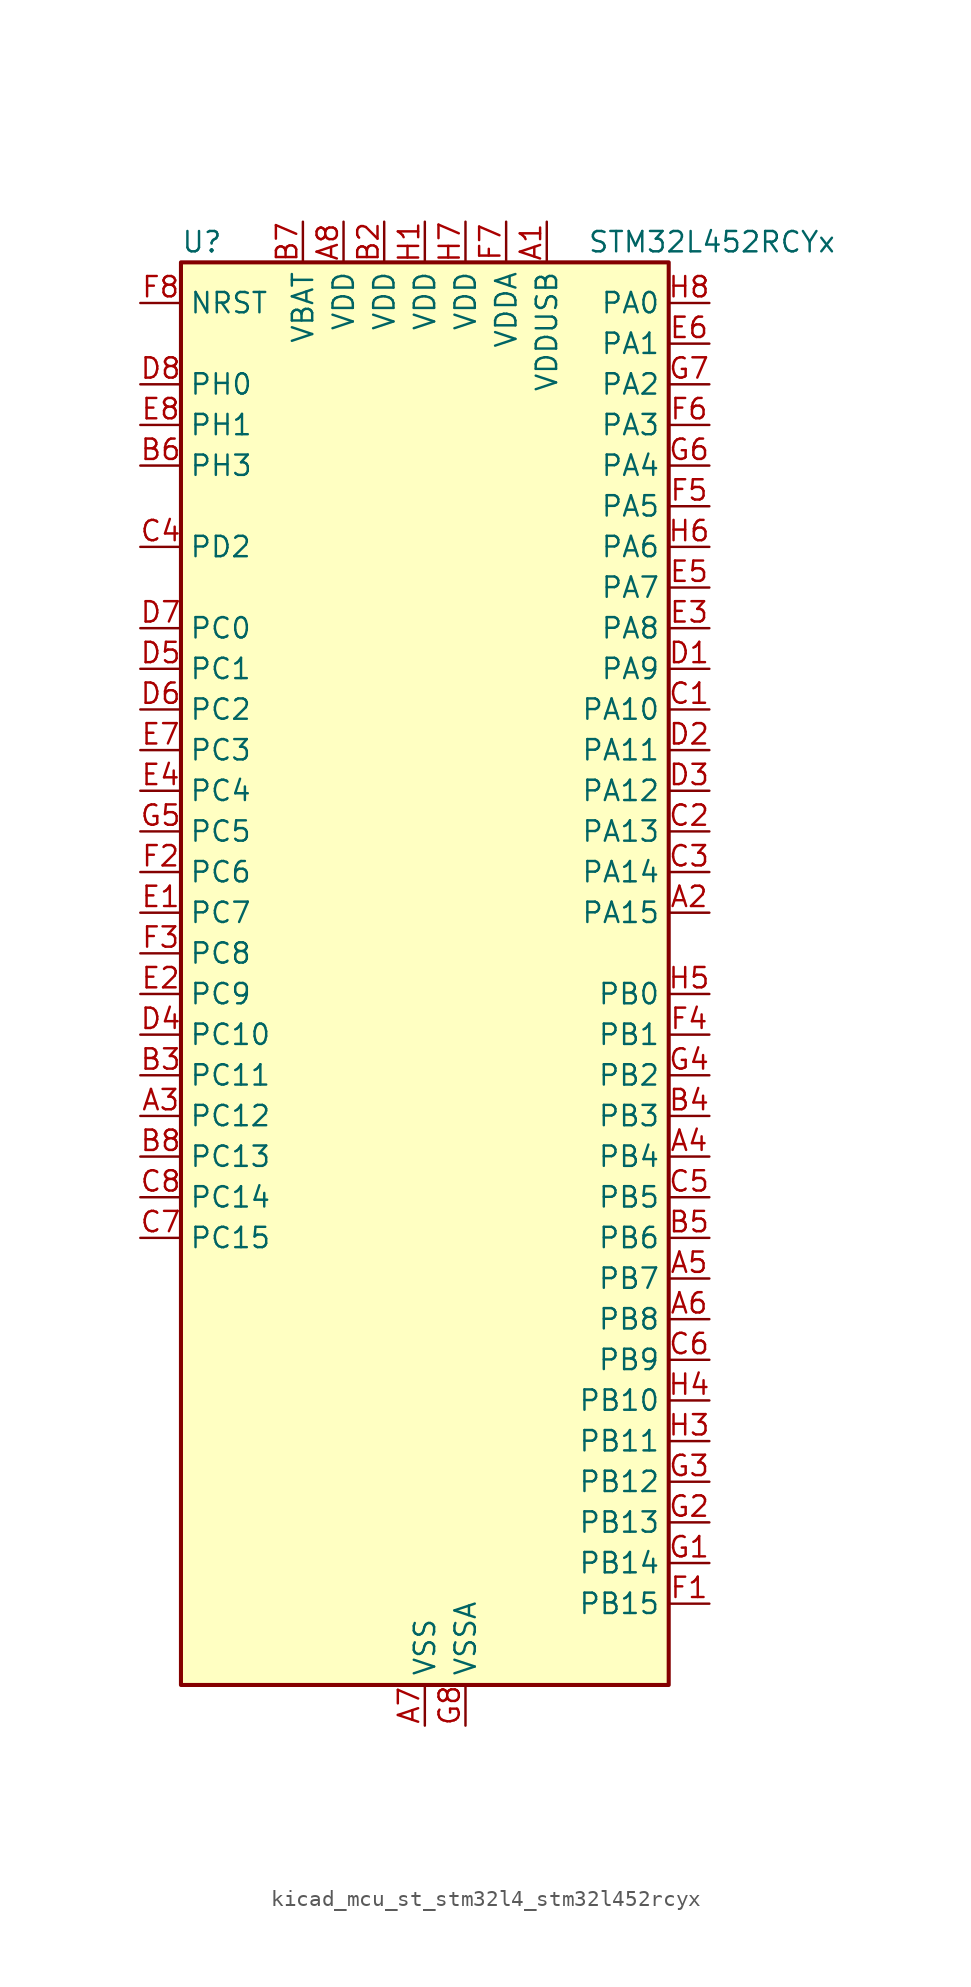
<source format=kicad_sym>
(kicad_symbol_lib
  (version 20220914)
  (generator kicad_symbol_editor)
  (symbol "kicad_mcu_st_stm32l4_stm32l452rcyx"
    (property "Reference" "U"
      (at -15.24 46.99 0)
      (effects (font (size 1.27 1.27)) (justify left)))
    (property "Value" "STM32L452RCYx"
      (at 10.16 46.99 0)
      (effects (font (size 1.27 1.27)) (justify left)))
    (property "ki_locked" ""
      (at 0 0 0)
      (effects (font (size 1.27 1.27))))
    (symbol "kicad_mcu_st_stm32l4_stm32l452rcyx_0_1"
      (rectangle (start -15.24 -43.18) (end 15.24 45.72) (stroke (width 0.254) (type default)) (fill (type background))))
    (symbol "kicad_mcu_st_stm32l4_stm32l452rcyx_1_1"
      (pin power_in line (at 7.62 48.26 270) (length 2.54) (name "VDDUSB" (effects (font (size 1.27 1.27)))) (number "A1" (effects (font (size 1.27 1.27)))))
      (pin bidirectional line (at 17.78 5.08 180) (length 2.54) (name "PA15" (effects (font (size 1.27 1.27)))) (number "A2" (effects (font (size 1.27 1.27)))) (alternate "ADC1_EXTI15" bidirectional line) (alternate "SPI1_NSS" bidirectional line) (alternate "SPI3_NSS" bidirectional line) (alternate "SYS_JTDI" bidirectional line) (alternate "TIM2_CH1" bidirectional line) (alternate "TIM2_ETR" bidirectional line) (alternate "TSC_G3_IO1" bidirectional line) (alternate "UART4_DE" bidirectional line) (alternate "UART4_RTS" bidirectional line) (alternate "USART2_RX" bidirectional line) (alternate "USART3_DE" bidirectional line) (alternate "USART3_RTS" bidirectional line))
      (pin bidirectional line (at -17.78 -7.62 0) (length 2.54) (name "PC12" (effects (font (size 1.27 1.27)))) (number "A3" (effects (font (size 1.27 1.27)))) (alternate "SDMMC1_CK" bidirectional line) (alternate "SPI3_MOSI" bidirectional line) (alternate "SYS_TRACED3" bidirectional line) (alternate "TSC_G3_IO4" bidirectional line) (alternate "USART3_CK" bidirectional line))
      (pin bidirectional line (at 17.78 -10.16 180) (length 2.54) (name "PB4" (effects (font (size 1.27 1.27)))) (number "A4" (effects (font (size 1.27 1.27)))) (alternate "COMP2_INP" bidirectional line) (alternate "I2C3_SDA" bidirectional line) (alternate "SAI1_MCLK_B" bidirectional line) (alternate "SPI1_MISO" bidirectional line) (alternate "SPI3_MISO" bidirectional line) (alternate "SYS_JTRST" bidirectional line) (alternate "TIM3_CH1" bidirectional line) (alternate "TSC_G2_IO1" bidirectional line) (alternate "USART1_CTS" bidirectional line))
      (pin bidirectional line (at 17.78 -17.78 180) (length 2.54) (name "PB7" (effects (font (size 1.27 1.27)))) (number "A5" (effects (font (size 1.27 1.27)))) (alternate "COMP2_INM" bidirectional line) (alternate "I2C1_SDA" bidirectional line) (alternate "I2C4_SDA" bidirectional line) (alternate "LPTIM1_IN2" bidirectional line) (alternate "SYS_PVD_IN" bidirectional line) (alternate "TSC_G2_IO4" bidirectional line) (alternate "UART4_CTS" bidirectional line) (alternate "USART1_RX" bidirectional line))
      (pin bidirectional line (at 17.78 -20.32 180) (length 2.54) (name "PB8" (effects (font (size 1.27 1.27)))) (number "A6" (effects (font (size 1.27 1.27)))) (alternate "CAN1_RX" bidirectional line) (alternate "I2C1_SCL" bidirectional line) (alternate "SAI1_MCLK_A" bidirectional line) (alternate "SDMMC1_D4" bidirectional line) (alternate "TIM16_CH1" bidirectional line))
      (pin power_in line (at 0 -45.72 90) (length 2.54) (name "VSS" (effects (font (size 1.27 1.27)))) (number "A7" (effects (font (size 1.27 1.27)))))
      (pin power_in line (at -5.08 48.26 270) (length 2.54) (name "VDD" (effects (font (size 1.27 1.27)))) (number "A8" (effects (font (size 1.27 1.27)))))
      (pin passive line (at 0 -45.72 90) (length 2.54) hide (name "VSS" (effects (font (size 1.27 1.27)))) (number "B1" (effects (font (size 1.27 1.27)))))
      (pin power_in line (at -2.54 48.26 270) (length 2.54) (name "VDD" (effects (font (size 1.27 1.27)))) (number "B2" (effects (font (size 1.27 1.27)))))
      (pin bidirectional line (at -17.78 -5.08 0) (length 2.54) (name "PC11" (effects (font (size 1.27 1.27)))) (number "B3" (effects (font (size 1.27 1.27)))) (alternate "ADC1_EXTI11" bidirectional line) (alternate "SDMMC1_D3" bidirectional line) (alternate "SPI3_MISO" bidirectional line) (alternate "TSC_G3_IO3" bidirectional line) (alternate "UART4_RX" bidirectional line) (alternate "USART3_RX" bidirectional line))
      (pin bidirectional line (at 17.78 -7.62 180) (length 2.54) (name "PB3" (effects (font (size 1.27 1.27)))) (number "B4" (effects (font (size 1.27 1.27)))) (alternate "COMP2_INM" bidirectional line) (alternate "SAI1_SCK_B" bidirectional line) (alternate "SPI1_SCK" bidirectional line) (alternate "SPI3_SCK" bidirectional line) (alternate "SYS_JTDO-SWO" bidirectional line) (alternate "TIM2_CH2" bidirectional line) (alternate "USART1_DE" bidirectional line) (alternate "USART1_RTS" bidirectional line))
      (pin bidirectional line (at 17.78 -15.24 180) (length 2.54) (name "PB6" (effects (font (size 1.27 1.27)))) (number "B5" (effects (font (size 1.27 1.27)))) (alternate "CAN1_TX" bidirectional line) (alternate "COMP2_INP" bidirectional line) (alternate "I2C1_SCL" bidirectional line) (alternate "I2C4_SCL" bidirectional line) (alternate "LPTIM1_ETR" bidirectional line) (alternate "SAI1_FS_B" bidirectional line) (alternate "TIM16_CH1N" bidirectional line) (alternate "TSC_G2_IO3" bidirectional line) (alternate "USART1_TX" bidirectional line))
      (pin bidirectional line (at -17.78 33.02 0) (length 2.54) (name "PH3" (effects (font (size 1.27 1.27)))) (number "B6" (effects (font (size 1.27 1.27)))))
      (pin power_in line (at -7.62 48.26 270) (length 2.54) (name "VBAT" (effects (font (size 1.27 1.27)))) (number "B7" (effects (font (size 1.27 1.27)))))
      (pin bidirectional line (at -17.78 -10.16 0) (length 2.54) (name "PC13" (effects (font (size 1.27 1.27)))) (number "B8" (effects (font (size 1.27 1.27)))) (alternate "RTC_OUT_ALARM" bidirectional line) (alternate "RTC_OUT_CALIB" bidirectional line) (alternate "RTC_TAMP1" bidirectional line) (alternate "RTC_TS" bidirectional line) (alternate "SYS_WKUP2" bidirectional line))
      (pin bidirectional line (at 17.78 17.78 180) (length 2.54) (name "PA10" (effects (font (size 1.27 1.27)))) (number "C1" (effects (font (size 1.27 1.27)))) (alternate "CRS_SYNC" bidirectional line) (alternate "I2C1_SDA" bidirectional line) (alternate "SAI1_SD_A" bidirectional line) (alternate "TIM1_CH3" bidirectional line) (alternate "USART1_RX" bidirectional line))
      (pin bidirectional line (at 17.78 10.16 180) (length 2.54) (name "PA13" (effects (font (size 1.27 1.27)))) (number "C2" (effects (font (size 1.27 1.27)))) (alternate "IR_OUT" bidirectional line) (alternate "SAI1_SD_B" bidirectional line) (alternate "SYS_JTMS-SWDIO" bidirectional line) (alternate "USB_NOE" bidirectional line))
      (pin bidirectional line (at 17.78 7.62 180) (length 2.54) (name "PA14" (effects (font (size 1.27 1.27)))) (number "C3" (effects (font (size 1.27 1.27)))) (alternate "I2C1_SMBA" bidirectional line) (alternate "I2C4_SMBA" bidirectional line) (alternate "LPTIM1_OUT" bidirectional line) (alternate "SAI1_FS_B" bidirectional line) (alternate "SYS_JTCK-SWCLK" bidirectional line))
      (pin bidirectional line (at -17.78 27.94 0) (length 2.54) (name "PD2" (effects (font (size 1.27 1.27)))) (number "C4" (effects (font (size 1.27 1.27)))) (alternate "SDMMC1_CMD" bidirectional line) (alternate "SYS_TRACED2" bidirectional line) (alternate "TIM3_ETR" bidirectional line) (alternate "TSC_SYNC" bidirectional line) (alternate "USART3_DE" bidirectional line) (alternate "USART3_RTS" bidirectional line))
      (pin bidirectional line (at 17.78 -12.7 180) (length 2.54) (name "PB5" (effects (font (size 1.27 1.27)))) (number "C5" (effects (font (size 1.27 1.27)))) (alternate "CAN1_RX" bidirectional line) (alternate "COMP2_OUT" bidirectional line) (alternate "I2C1_SMBA" bidirectional line) (alternate "LPTIM1_IN1" bidirectional line) (alternate "SAI1_SD_B" bidirectional line) (alternate "SPI1_MOSI" bidirectional line) (alternate "SPI3_MOSI" bidirectional line) (alternate "TIM16_BKIN" bidirectional line) (alternate "TIM3_CH2" bidirectional line) (alternate "TSC_G2_IO2" bidirectional line) (alternate "USART1_CK" bidirectional line))
      (pin bidirectional line (at 17.78 -22.86 180) (length 2.54) (name "PB9" (effects (font (size 1.27 1.27)))) (number "C6" (effects (font (size 1.27 1.27)))) (alternate "CAN1_TX" bidirectional line) (alternate "DAC1_EXTI9" bidirectional line) (alternate "I2C1_SDA" bidirectional line) (alternate "IR_OUT" bidirectional line) (alternate "SAI1_FS_A" bidirectional line) (alternate "SDMMC1_D5" bidirectional line) (alternate "SPI2_NSS" bidirectional line))
      (pin bidirectional line (at -17.78 -15.24 0) (length 2.54) (name "PC15" (effects (font (size 1.27 1.27)))) (number "C7" (effects (font (size 1.27 1.27)))) (alternate "ADC1_EXTI15" bidirectional line) (alternate "RCC_OSC32_OUT" bidirectional line))
      (pin bidirectional line (at -17.78 -12.7 0) (length 2.54) (name "PC14" (effects (font (size 1.27 1.27)))) (number "C8" (effects (font (size 1.27 1.27)))) (alternate "RCC_OSC32_IN" bidirectional line))
      (pin bidirectional line (at 17.78 20.32 180) (length 2.54) (name "PA9" (effects (font (size 1.27 1.27)))) (number "D1" (effects (font (size 1.27 1.27)))) (alternate "DAC1_EXTI9" bidirectional line) (alternate "DFSDM1_DATIN1" bidirectional line) (alternate "I2C1_SCL" bidirectional line) (alternate "SAI1_FS_A" bidirectional line) (alternate "TIM15_BKIN" bidirectional line) (alternate "TIM1_CH2" bidirectional line) (alternate "USART1_TX" bidirectional line))
      (pin bidirectional line (at 17.78 15.24 180) (length 2.54) (name "PA11" (effects (font (size 1.27 1.27)))) (number "D2" (effects (font (size 1.27 1.27)))) (alternate "ADC1_EXTI11" bidirectional line) (alternate "CAN1_RX" bidirectional line) (alternate "COMP1_OUT" bidirectional line) (alternate "SPI1_MISO" bidirectional line) (alternate "TIM1_BKIN2" bidirectional line) (alternate "TIM1_BKIN2_COMP1" bidirectional line) (alternate "TIM1_CH4" bidirectional line) (alternate "USART1_CTS" bidirectional line) (alternate "USB_DM" bidirectional line))
      (pin bidirectional line (at 17.78 12.7 180) (length 2.54) (name "PA12" (effects (font (size 1.27 1.27)))) (number "D3" (effects (font (size 1.27 1.27)))) (alternate "CAN1_TX" bidirectional line) (alternate "SPI1_MOSI" bidirectional line) (alternate "TIM1_ETR" bidirectional line) (alternate "USART1_DE" bidirectional line) (alternate "USART1_RTS" bidirectional line) (alternate "USB_DP" bidirectional line))
      (pin bidirectional line (at -17.78 -2.54 0) (length 2.54) (name "PC10" (effects (font (size 1.27 1.27)))) (number "D4" (effects (font (size 1.27 1.27)))) (alternate "SDMMC1_D2" bidirectional line) (alternate "SPI3_SCK" bidirectional line) (alternate "SYS_TRACED1" bidirectional line) (alternate "TSC_G3_IO2" bidirectional line) (alternate "UART4_TX" bidirectional line) (alternate "USART3_TX" bidirectional line))
      (pin bidirectional line (at -17.78 20.32 0) (length 2.54) (name "PC1" (effects (font (size 1.27 1.27)))) (number "D5" (effects (font (size 1.27 1.27)))) (alternate "ADC1_IN2" bidirectional line) (alternate "I2C3_SDA" bidirectional line) (alternate "I2C4_SDA" bidirectional line) (alternate "LPTIM1_OUT" bidirectional line) (alternate "LPUART1_TX" bidirectional line) (alternate "SYS_TRACED0" bidirectional line))
      (pin bidirectional line (at -17.78 17.78 0) (length 2.54) (name "PC2" (effects (font (size 1.27 1.27)))) (number "D6" (effects (font (size 1.27 1.27)))) (alternate "ADC1_IN3" bidirectional line) (alternate "DFSDM1_CKOUT" bidirectional line) (alternate "LPTIM1_IN2" bidirectional line) (alternate "SPI2_MISO" bidirectional line))
      (pin bidirectional line (at -17.78 22.86 0) (length 2.54) (name "PC0" (effects (font (size 1.27 1.27)))) (number "D7" (effects (font (size 1.27 1.27)))) (alternate "ADC1_IN1" bidirectional line) (alternate "I2C3_SCL" bidirectional line) (alternate "I2C4_SCL" bidirectional line) (alternate "LPTIM1_IN1" bidirectional line) (alternate "LPTIM2_IN1" bidirectional line) (alternate "LPUART1_RX" bidirectional line))
      (pin bidirectional line (at -17.78 38.1 0) (length 2.54) (name "PH0" (effects (font (size 1.27 1.27)))) (number "D8" (effects (font (size 1.27 1.27)))) (alternate "RCC_OSC_IN" bidirectional line))
      (pin bidirectional line (at -17.78 5.08 0) (length 2.54) (name "PC7" (effects (font (size 1.27 1.27)))) (number "E1" (effects (font (size 1.27 1.27)))) (alternate "DFSDM1_DATIN3" bidirectional line) (alternate "SDMMC1_D7" bidirectional line) (alternate "TIM3_CH2" bidirectional line) (alternate "TSC_G4_IO2" bidirectional line))
      (pin bidirectional line (at -17.78 0 0) (length 2.54) (name "PC9" (effects (font (size 1.27 1.27)))) (number "E2" (effects (font (size 1.27 1.27)))) (alternate "DAC1_EXTI9" bidirectional line) (alternate "SDMMC1_D1" bidirectional line) (alternate "TIM3_CH4" bidirectional line) (alternate "TSC_G4_IO4" bidirectional line) (alternate "USB_NOE" bidirectional line))
      (pin bidirectional line (at 17.78 22.86 180) (length 2.54) (name "PA8" (effects (font (size 1.27 1.27)))) (number "E3" (effects (font (size 1.27 1.27)))) (alternate "DFSDM1_CKIN1" bidirectional line) (alternate "LPTIM2_OUT" bidirectional line) (alternate "RCC_MCO" bidirectional line) (alternate "SAI1_SCK_A" bidirectional line) (alternate "TIM1_CH1" bidirectional line) (alternate "USART1_CK" bidirectional line))
      (pin bidirectional line (at -17.78 12.7 0) (length 2.54) (name "PC4" (effects (font (size 1.27 1.27)))) (number "E4" (effects (font (size 1.27 1.27)))) (alternate "ADC1_IN13" bidirectional line) (alternate "COMP1_INM" bidirectional line) (alternate "USART3_TX" bidirectional line))
      (pin bidirectional line (at 17.78 25.4 180) (length 2.54) (name "PA7" (effects (font (size 1.27 1.27)))) (number "E5" (effects (font (size 1.27 1.27)))) (alternate "ADC1_IN12" bidirectional line) (alternate "COMP2_OUT" bidirectional line) (alternate "DFSDM1_DATIN0" bidirectional line) (alternate "I2C3_SCL" bidirectional line) (alternate "QUADSPI_BK1_IO2" bidirectional line) (alternate "SPI1_MOSI" bidirectional line) (alternate "TIM1_CH1N" bidirectional line) (alternate "TIM3_CH2" bidirectional line))
      (pin bidirectional line (at 17.78 40.64 180) (length 2.54) (name "PA1" (effects (font (size 1.27 1.27)))) (number "E6" (effects (font (size 1.27 1.27)))) (alternate "ADC1_IN6" bidirectional line) (alternate "COMP1_INP" bidirectional line) (alternate "I2C1_SMBA" bidirectional line) (alternate "OPAMP1_VINM" bidirectional line) (alternate "SPI1_SCK" bidirectional line) (alternate "TIM15_CH1N" bidirectional line) (alternate "TIM2_CH2" bidirectional line) (alternate "UART4_RX" bidirectional line) (alternate "USART2_DE" bidirectional line) (alternate "USART2_RTS" bidirectional line))
      (pin bidirectional line (at -17.78 15.24 0) (length 2.54) (name "PC3" (effects (font (size 1.27 1.27)))) (number "E7" (effects (font (size 1.27 1.27)))) (alternate "ADC1_IN4" bidirectional line) (alternate "LPTIM1_ETR" bidirectional line) (alternate "LPTIM2_ETR" bidirectional line) (alternate "SAI1_SD_A" bidirectional line) (alternate "SPI2_MOSI" bidirectional line))
      (pin bidirectional line (at -17.78 35.56 0) (length 2.54) (name "PH1" (effects (font (size 1.27 1.27)))) (number "E8" (effects (font (size 1.27 1.27)))) (alternate "RCC_OSC_OUT" bidirectional line))
      (pin bidirectional line (at 17.78 -38.1 180) (length 2.54) (name "PB15" (effects (font (size 1.27 1.27)))) (number "F1" (effects (font (size 1.27 1.27)))) (alternate "ADC1_EXTI15" bidirectional line) (alternate "DFSDM1_CKIN2" bidirectional line) (alternate "RTC_REFIN" bidirectional line) (alternate "SAI1_SD_A" bidirectional line) (alternate "SPI2_MOSI" bidirectional line) (alternate "TIM15_CH2" bidirectional line) (alternate "TIM1_CH3N" bidirectional line) (alternate "TSC_G1_IO4" bidirectional line))
      (pin bidirectional line (at -17.78 7.62 0) (length 2.54) (name "PC6" (effects (font (size 1.27 1.27)))) (number "F2" (effects (font (size 1.27 1.27)))) (alternate "DFSDM1_CKIN3" bidirectional line) (alternate "SDMMC1_D6" bidirectional line) (alternate "TIM3_CH1" bidirectional line) (alternate "TSC_G4_IO1" bidirectional line))
      (pin bidirectional line (at -17.78 2.54 0) (length 2.54) (name "PC8" (effects (font (size 1.27 1.27)))) (number "F3" (effects (font (size 1.27 1.27)))) (alternate "SDMMC1_D0" bidirectional line) (alternate "TIM3_CH3" bidirectional line) (alternate "TSC_G4_IO3" bidirectional line))
      (pin bidirectional line (at 17.78 -2.54 180) (length 2.54) (name "PB1" (effects (font (size 1.27 1.27)))) (number "F4" (effects (font (size 1.27 1.27)))) (alternate "ADC1_IN16" bidirectional line) (alternate "COMP1_INM" bidirectional line) (alternate "DFSDM1_DATIN0" bidirectional line) (alternate "LPTIM2_IN1" bidirectional line) (alternate "LPUART1_DE" bidirectional line) (alternate "LPUART1_RTS" bidirectional line) (alternate "QUADSPI_BK1_IO0" bidirectional line) (alternate "TIM1_CH3N" bidirectional line) (alternate "TIM3_CH4" bidirectional line) (alternate "USART3_DE" bidirectional line) (alternate "USART3_RTS" bidirectional line))
      (pin bidirectional line (at 17.78 30.48 180) (length 2.54) (name "PA5" (effects (font (size 1.27 1.27)))) (number "F5" (effects (font (size 1.27 1.27)))) (alternate "ADC1_IN10" bidirectional line) (alternate "COMP1_INM" bidirectional line) (alternate "COMP2_INM" bidirectional line) (alternate "DFSDM1_CKOUT" bidirectional line) (alternate "LPTIM2_ETR" bidirectional line) (alternate "SPI1_SCK" bidirectional line) (alternate "TIM2_CH1" bidirectional line) (alternate "TIM2_ETR" bidirectional line))
      (pin bidirectional line (at 17.78 35.56 180) (length 2.54) (name "PA3" (effects (font (size 1.27 1.27)))) (number "F6" (effects (font (size 1.27 1.27)))) (alternate "ADC1_IN8" bidirectional line) (alternate "COMP2_INP" bidirectional line) (alternate "LPUART1_RX" bidirectional line) (alternate "OPAMP1_VOUT" bidirectional line) (alternate "QUADSPI_CLK" bidirectional line) (alternate "SAI1_MCLK_A" bidirectional line) (alternate "TIM15_CH2" bidirectional line) (alternate "TIM2_CH4" bidirectional line) (alternate "USART2_RX" bidirectional line))
      (pin power_in line (at 5.08 48.26 270) (length 2.54) (name "VDDA" (effects (font (size 1.27 1.27)))) (number "F7" (effects (font (size 1.27 1.27)))))
      (pin input line (at -17.78 43.18 0) (length 2.54) (name "NRST" (effects (font (size 1.27 1.27)))) (number "F8" (effects (font (size 1.27 1.27)))))
      (pin bidirectional line (at 17.78 -35.56 180) (length 2.54) (name "PB14" (effects (font (size 1.27 1.27)))) (number "G1" (effects (font (size 1.27 1.27)))) (alternate "DFSDM1_DATIN2" bidirectional line) (alternate "I2C2_SDA" bidirectional line) (alternate "SAI1_MCLK_A" bidirectional line) (alternate "SPI2_MISO" bidirectional line) (alternate "TIM15_CH1" bidirectional line) (alternate "TIM1_CH2N" bidirectional line) (alternate "TSC_G1_IO3" bidirectional line) (alternate "USART3_DE" bidirectional line) (alternate "USART3_RTS" bidirectional line))
      (pin bidirectional line (at 17.78 -33.02 180) (length 2.54) (name "PB13" (effects (font (size 1.27 1.27)))) (number "G2" (effects (font (size 1.27 1.27)))) (alternate "CAN1_TX" bidirectional line) (alternate "DFSDM1_CKIN1" bidirectional line) (alternate "I2C2_SCL" bidirectional line) (alternate "LPUART1_CTS" bidirectional line) (alternate "SAI1_SCK_A" bidirectional line) (alternate "SPI2_SCK" bidirectional line) (alternate "TIM15_CH1N" bidirectional line) (alternate "TIM1_CH1N" bidirectional line) (alternate "TSC_G1_IO2" bidirectional line) (alternate "USART3_CTS" bidirectional line))
      (pin bidirectional line (at 17.78 -30.48 180) (length 2.54) (name "PB12" (effects (font (size 1.27 1.27)))) (number "G3" (effects (font (size 1.27 1.27)))) (alternate "CAN1_RX" bidirectional line) (alternate "DFSDM1_DATIN1" bidirectional line) (alternate "I2C2_SMBA" bidirectional line) (alternate "LPUART1_DE" bidirectional line) (alternate "LPUART1_RTS" bidirectional line) (alternate "SAI1_FS_A" bidirectional line) (alternate "SPI2_NSS" bidirectional line) (alternate "TIM15_BKIN" bidirectional line) (alternate "TIM1_BKIN" bidirectional line) (alternate "TIM1_BKIN_COMP2" bidirectional line) (alternate "TSC_G1_IO1" bidirectional line) (alternate "USART3_CK" bidirectional line))
      (pin bidirectional line (at 17.78 -5.08 180) (length 2.54) (name "PB2" (effects (font (size 1.27 1.27)))) (number "G4" (effects (font (size 1.27 1.27)))) (alternate "COMP1_INP" bidirectional line) (alternate "DFSDM1_CKIN0" bidirectional line) (alternate "I2C3_SMBA" bidirectional line) (alternate "LPTIM1_OUT" bidirectional line) (alternate "RTC_OUT_ALARM" bidirectional line) (alternate "RTC_OUT_CALIB" bidirectional line))
      (pin bidirectional line (at -17.78 10.16 0) (length 2.54) (name "PC5" (effects (font (size 1.27 1.27)))) (number "G5" (effects (font (size 1.27 1.27)))) (alternate "ADC1_IN14" bidirectional line) (alternate "COMP1_INP" bidirectional line) (alternate "SYS_WKUP5" bidirectional line) (alternate "USART3_RX" bidirectional line))
      (pin bidirectional line (at 17.78 33.02 180) (length 2.54) (name "PA4" (effects (font (size 1.27 1.27)))) (number "G6" (effects (font (size 1.27 1.27)))) (alternate "ADC1_IN9" bidirectional line) (alternate "COMP1_INM" bidirectional line) (alternate "COMP2_INM" bidirectional line) (alternate "DAC1_OUT1" bidirectional line) (alternate "LPTIM2_OUT" bidirectional line) (alternate "SAI1_FS_B" bidirectional line) (alternate "SPI1_NSS" bidirectional line) (alternate "SPI3_NSS" bidirectional line) (alternate "USART2_CK" bidirectional line))
      (pin bidirectional line (at 17.78 38.1 180) (length 2.54) (name "PA2" (effects (font (size 1.27 1.27)))) (number "G7" (effects (font (size 1.27 1.27)))) (alternate "ADC1_IN7" bidirectional line) (alternate "COMP2_INM" bidirectional line) (alternate "COMP2_OUT" bidirectional line) (alternate "LPUART1_TX" bidirectional line) (alternate "QUADSPI_BK1_NCS" bidirectional line) (alternate "RCC_LSCO" bidirectional line) (alternate "SYS_WKUP4" bidirectional line) (alternate "TIM15_CH1" bidirectional line) (alternate "TIM2_CH3" bidirectional line) (alternate "USART2_TX" bidirectional line))
      (pin power_in line (at 2.54 -45.72 90) (length 2.54) (name "VSSA" (effects (font (size 1.27 1.27)))) (number "G8" (effects (font (size 1.27 1.27)))))
      (pin power_in line (at 0 48.26 270) (length 2.54) (name "VDD" (effects (font (size 1.27 1.27)))) (number "H1" (effects (font (size 1.27 1.27)))))
      (pin passive line (at 0 -45.72 90) (length 2.54) hide (name "VSS" (effects (font (size 1.27 1.27)))) (number "H2" (effects (font (size 1.27 1.27)))))
      (pin bidirectional line (at 17.78 -27.94 180) (length 2.54) (name "PB11" (effects (font (size 1.27 1.27)))) (number "H3" (effects (font (size 1.27 1.27)))) (alternate "ADC1_EXTI11" bidirectional line) (alternate "COMP2_OUT" bidirectional line) (alternate "I2C2_SDA" bidirectional line) (alternate "I2C4_SDA" bidirectional line) (alternate "LPUART1_TX" bidirectional line) (alternate "QUADSPI_BK1_NCS" bidirectional line) (alternate "TIM2_CH4" bidirectional line) (alternate "USART3_RX" bidirectional line))
      (pin bidirectional line (at 17.78 -25.4 180) (length 2.54) (name "PB10" (effects (font (size 1.27 1.27)))) (number "H4" (effects (font (size 1.27 1.27)))) (alternate "COMP1_OUT" bidirectional line) (alternate "I2C2_SCL" bidirectional line) (alternate "I2C4_SCL" bidirectional line) (alternate "LPUART1_RX" bidirectional line) (alternate "QUADSPI_CLK" bidirectional line) (alternate "SAI1_SCK_A" bidirectional line) (alternate "SPI2_SCK" bidirectional line) (alternate "TIM2_CH3" bidirectional line) (alternate "TSC_SYNC" bidirectional line) (alternate "USART3_TX" bidirectional line))
      (pin bidirectional line (at 17.78 0 180) (length 2.54) (name "PB0" (effects (font (size 1.27 1.27)))) (number "H5" (effects (font (size 1.27 1.27)))) (alternate "ADC1_IN15" bidirectional line) (alternate "COMP1_OUT" bidirectional line) (alternate "DFSDM1_CKIN0" bidirectional line) (alternate "QUADSPI_BK1_IO1" bidirectional line) (alternate "SAI1_EXTCLK" bidirectional line) (alternate "SPI1_NSS" bidirectional line) (alternate "TIM1_CH2N" bidirectional line) (alternate "TIM3_CH3" bidirectional line) (alternate "USART3_CK" bidirectional line))
      (pin bidirectional line (at 17.78 27.94 180) (length 2.54) (name "PA6" (effects (font (size 1.27 1.27)))) (number "H6" (effects (font (size 1.27 1.27)))) (alternate "ADC1_IN11" bidirectional line) (alternate "COMP1_OUT" bidirectional line) (alternate "LPUART1_CTS" bidirectional line) (alternate "QUADSPI_BK1_IO3" bidirectional line) (alternate "SPI1_MISO" bidirectional line) (alternate "TIM16_CH1" bidirectional line) (alternate "TIM1_BKIN" bidirectional line) (alternate "TIM1_BKIN_COMP2" bidirectional line) (alternate "TIM3_CH1" bidirectional line) (alternate "USART3_CTS" bidirectional line))
      (pin power_in line (at 2.54 48.26 270) (length 2.54) (name "VDD" (effects (font (size 1.27 1.27)))) (number "H7" (effects (font (size 1.27 1.27)))))
      (pin bidirectional line (at 17.78 43.18 180) (length 2.54) (name "PA0" (effects (font (size 1.27 1.27)))) (number "H8" (effects (font (size 1.27 1.27)))) (alternate "ADC1_IN5" bidirectional line) (alternate "COMP1_INM" bidirectional line) (alternate "COMP1_OUT" bidirectional line) (alternate "OPAMP1_VINP" bidirectional line) (alternate "RTC_TAMP2" bidirectional line) (alternate "SAI1_EXTCLK" bidirectional line) (alternate "SYS_WKUP1" bidirectional line) (alternate "TIM2_CH1" bidirectional line) (alternate "TIM2_ETR" bidirectional line) (alternate "UART4_TX" bidirectional line) (alternate "USART2_CTS" bidirectional line)))))
</source>
